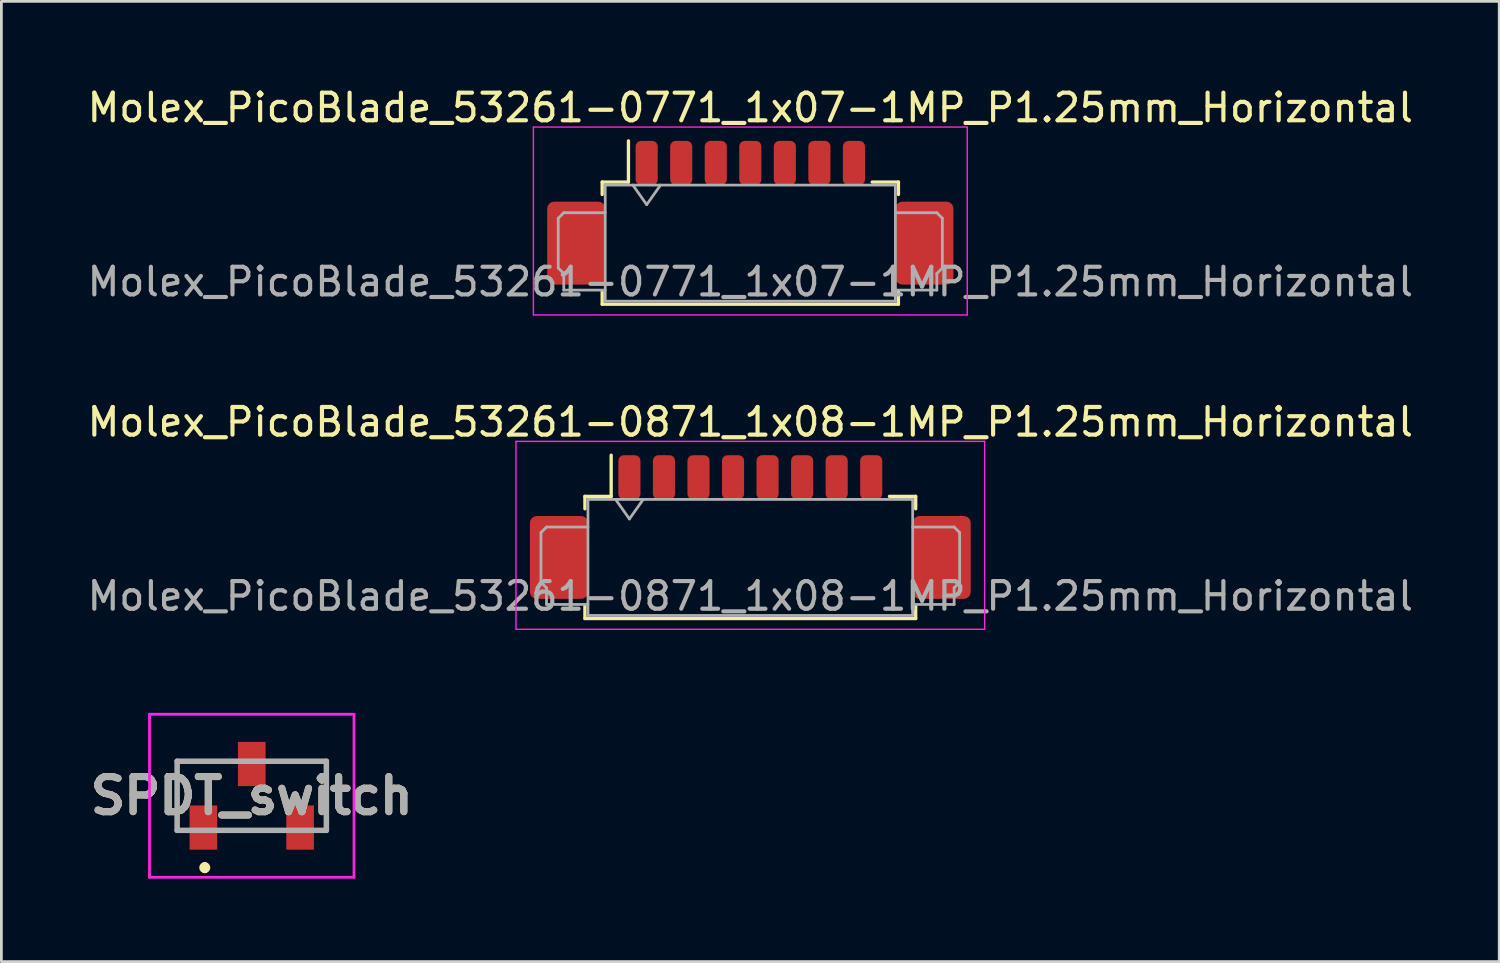
<source format=kicad_pcb>
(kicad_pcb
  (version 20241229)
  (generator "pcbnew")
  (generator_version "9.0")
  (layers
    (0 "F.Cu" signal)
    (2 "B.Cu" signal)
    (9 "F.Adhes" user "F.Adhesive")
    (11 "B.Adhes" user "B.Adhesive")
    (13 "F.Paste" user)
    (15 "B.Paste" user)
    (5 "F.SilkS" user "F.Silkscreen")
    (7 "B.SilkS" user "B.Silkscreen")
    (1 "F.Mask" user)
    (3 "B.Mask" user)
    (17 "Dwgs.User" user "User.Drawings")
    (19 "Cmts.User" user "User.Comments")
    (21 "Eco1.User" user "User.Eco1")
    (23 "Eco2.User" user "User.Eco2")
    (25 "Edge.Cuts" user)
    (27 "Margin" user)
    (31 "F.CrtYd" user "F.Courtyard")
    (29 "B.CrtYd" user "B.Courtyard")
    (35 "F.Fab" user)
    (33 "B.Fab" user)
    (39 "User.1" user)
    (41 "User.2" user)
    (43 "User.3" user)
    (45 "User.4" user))
  (footprint "Molex_PicoBlade_53261-0771_1x07-1MP_P1.25mm_Horizontal"
    (layer "F.Cu")
    (at 24.101 5.248)
    (property "Reference" "Molex_PicoBlade_53261-0771_1x07-1MP_P1.25mm_Horizontal" (at 0 -4.4 0) (layer "F.SilkS") (effects (font (size 1 1) (thickness 0.15))))
    (attr smd)
    (fp_line (start -5.36 -1.71) (end -4.41 -1.71) (stroke (width 0.12) (type solid)) (layer "F.SilkS"))
    (fp_line (start -5.36 -1.26) (end -5.36 -1.71) (stroke (width 0.12) (type solid)) (layer "F.SilkS"))
    (fp_line (start -5.36 2.26) (end -5.36 2.71) (stroke (width 0.12) (type solid)) (layer "F.SilkS"))
    (fp_line (start -5.36 2.71) (end 5.36 2.71) (stroke (width 0.12) (type solid)) (layer "F.SilkS"))
    (fp_line (start -4.41 -1.71) (end -4.41 -3.2) (stroke (width 0.12) (type solid)) (layer "F.SilkS"))
    (fp_line (start 5.36 -1.71) (end 4.41 -1.71) (stroke (width 0.12) (type solid)) (layer "F.SilkS"))
    (fp_line (start 5.36 -1.26) (end 5.36 -1.71) (stroke (width 0.12) (type solid)) (layer "F.SilkS"))
    (fp_line (start 5.36 2.71) (end 5.36 2.26) (stroke (width 0.12) (type solid)) (layer "F.SilkS"))
    (fp_line (start -7.85 -3.7) (end -7.85 3.1) (stroke (width 0.05) (type solid)) (layer "F.CrtYd"))
    (fp_line (start -7.85 3.1) (end 7.85 3.1) (stroke (width 0.05) (type solid)) (layer "F.CrtYd"))
    (fp_line (start 7.85 -3.7) (end -7.85 -3.7) (stroke (width 0.05) (type solid)) (layer "F.CrtYd"))
    (fp_line (start 7.85 3.1) (end 7.85 -3.7) (stroke (width 0.05) (type solid)) (layer "F.CrtYd"))
    (fp_line (start -6.95 -0.4) (end -6.95 1.4) (stroke (width 0.1) (type solid)) (layer "F.Fab"))
    (fp_line (start -6.95 1.4) (end -6.75 1.6) (stroke (width 0.1) (type solid)) (layer "F.Fab"))
    (fp_line (start -6.75 -0.6) (end -6.95 -0.4) (stroke (width 0.1) (type solid)) (layer "F.Fab"))
    (fp_line (start -6.75 1.6) (end -6.75 2.2) (stroke (width 0.1) (type solid)) (layer "F.Fab"))
    (fp_line (start -6.75 2.2) (end -5.25 2.2) (stroke (width 0.1) (type solid)) (layer "F.Fab"))
    (fp_line (start -5.25 -1.6) (end -5.25 2.6) (stroke (width 0.1) (type solid)) (layer "F.Fab"))
    (fp_line (start -5.25 -1.6) (end 5.25 -1.6) (stroke (width 0.1) (type solid)) (layer "F.Fab"))
    (fp_line (start -5.25 -0.6) (end -6.75 -0.6) (stroke (width 0.1) (type solid)) (layer "F.Fab"))
    (fp_line (start -5.25 2.6) (end 5.25 2.6) (stroke (width 0.1) (type solid)) (layer "F.Fab"))
    (fp_line (start -4.25 -1.6) (end -3.75 -0.893) (stroke (width 0.1) (type solid)) (layer "F.Fab"))
    (fp_line (start -3.75 -0.893) (end -3.25 -1.6) (stroke (width 0.1) (type solid)) (layer "F.Fab"))
    (fp_line (start 5.25 -1.6) (end 5.25 2.6) (stroke (width 0.1) (type solid)) (layer "F.Fab"))
    (fp_line (start 5.25 -0.6) (end 6.75 -0.6) (stroke (width 0.1) (type solid)) (layer "F.Fab"))
    (fp_line (start 6.75 -0.6) (end 6.95 -0.4) (stroke (width 0.1) (type solid)) (layer "F.Fab"))
    (fp_line (start 6.75 1.6) (end 6.75 2.2) (stroke (width 0.1) (type solid)) (layer "F.Fab"))
    (fp_line (start 6.75 2.2) (end 5.25 2.2) (stroke (width 0.1) (type solid)) (layer "F.Fab"))
    (fp_line (start 6.95 -0.4) (end 6.95 1.4) (stroke (width 0.1) (type solid)) (layer "F.Fab"))
    (fp_line (start 6.95 1.4) (end 6.75 1.6) (stroke (width 0.1) (type solid)) (layer "F.Fab"))
    (fp_text user "${REFERENCE}" (at 0 1.9 0) (layer "F.Fab") (effects (font (size 1 1) (thickness 0.15))))
    (pad "1" smd roundrect (at -3.75 -2.4) (size 0.8 1.6) (layers "F.Cu" "F.Mask" "F.Paste") (roundrect_rratio 0.25))
    (pad "2" smd roundrect (at -2.5 -2.4) (size 0.8 1.6) (layers "F.Cu" "F.Mask" "F.Paste") (roundrect_rratio 0.25))
    (pad "3" smd roundrect (at -1.25 -2.4) (size 0.8 1.6) (layers "F.Cu" "F.Mask" "F.Paste") (roundrect_rratio 0.25))
    (pad "4" smd roundrect (at 0 -2.4) (size 0.8 1.6) (layers "F.Cu" "F.Mask" "F.Paste") (roundrect_rratio 0.25))
    (pad "5" smd roundrect (at 1.25 -2.4) (size 0.8 1.6) (layers "F.Cu" "F.Mask" "F.Paste") (roundrect_rratio 0.25))
    (pad "6" smd roundrect (at 2.5 -2.4) (size 0.8 1.6) (layers "F.Cu" "F.Mask" "F.Paste") (roundrect_rratio 0.25))
    (pad "7" smd roundrect (at 3.75 -2.4) (size 0.8 1.6) (layers "F.Cu" "F.Mask" "F.Paste") (roundrect_rratio 0.25))
    (pad "MP" smd roundrect (at -6.3 0.5) (size 2.1 3) (layers "F.Cu" "F.Mask" "F.Paste") (roundrect_rratio 0.119))
    (pad "MP" smd roundrect (at 6.3 0.5) (size 2.1 3) (layers "F.Cu" "F.Mask" "F.Paste") (roundrect_rratio 0.119)))
  (footprint "SPDT_switch"
    (layer "F.Cu")
    (at 6.06 25.747)
    (property "Reference" "SPDT_switch" (at 0 0 0) (layer "F.SilkS") (effects (font (size 1.27 1.27) (thickness 0.254))))
    (attr smd)
    (fp_line (start -2.7 -1.25) (end -1 -1.25) (stroke (width 0.1) (type solid)) (layer "F.SilkS"))
    (fp_line (start -2.7 1.15) (end -2.7 -1.25) (stroke (width 0.1) (type solid)) (layer "F.SilkS"))
    (fp_line (start -2.7 1.15) (end -2.7 1.15) (stroke (width 0.1) (type solid)) (layer "F.SilkS"))
    (fp_line (start -1.7 2.5) (end -1.7 2.5) (stroke (width 0.2) (type solid)) (layer "F.SilkS"))
    (fp_line (start -1.7 2.7) (end -1.7 2.7) (stroke (width 0.2) (type solid)) (layer "F.SilkS"))
    (fp_line (start -0.5 1.25) (end 0.5 1.25) (stroke (width 0.1) (type solid)) (layer "F.SilkS"))
    (fp_line (start 1 -1.25) (end 2.7 -1.25) (stroke (width 0.1) (type solid)) (layer "F.SilkS"))
    (fp_line (start 2.7 -1.25) (end 2.7 1) (stroke (width 0.1) (type solid)) (layer "F.SilkS"))
    (fp_arc (start -1.7 2.5) (mid -1.6 2.6) (end -1.7 2.7) (stroke (width 0.2) (type solid)) (layer "F.SilkS"))
    (fp_arc (start -1.7 2.7) (mid -1.8 2.6) (end -1.7 2.5) (stroke (width 0.2) (type solid)) (layer "F.SilkS"))
    (fp_line (start -3.7 -2.95) (end 3.7 -2.95) (stroke (width 0.1) (type solid)) (layer "F.CrtYd"))
    (fp_line (start -3.7 2.95) (end -3.7 -2.95) (stroke (width 0.1) (type solid)) (layer "F.CrtYd"))
    (fp_line (start 3.7 -2.95) (end 3.7 2.95) (stroke (width 0.1) (type solid)) (layer "F.CrtYd"))
    (fp_line (start 3.7 2.95) (end -3.7 2.95) (stroke (width 0.1) (type solid)) (layer "F.CrtYd"))
    (fp_line (start -2.7 -1.25) (end 2.7 -1.25) (stroke (width 0.2) (type solid)) (layer "F.Fab"))
    (fp_line (start -2.7 1.25) (end -2.7 -1.25) (stroke (width 0.2) (type solid)) (layer "F.Fab"))
    (fp_line (start 2.7 -1.25) (end 2.7 1.25) (stroke (width 0.2) (type solid)) (layer "F.Fab"))
    (fp_line (start 2.7 1.25) (end -2.7 1.25) (stroke (width 0.2) (type solid)) (layer "F.Fab"))
    (fp_text user "${REFERENCE}" (at 0 0 0) (layer "F.Fab") (effects (font (size 1.27 1.27) (thickness 0.254))))
    (pad "1" smd rect (at -1.75 1.15) (size 1 1.6) (layers "F.Cu" "F.Mask" "F.Paste"))
    (pad "2" smd rect (at 0 -1.15) (size 1 1.6) (layers "F.Cu" "F.Mask" "F.Paste"))
    (pad "3" smd rect (at 1.75 1.15) (size 1 1.6) (layers "F.Cu" "F.Mask" "F.Paste")))
  (footprint "Molex_PicoBlade_53261-0871_1x08-1MP_P1.25mm_Horizontal"
    (layer "F.Cu")
    (at 24.101 16.622)
    (property "Reference" "Molex_PicoBlade_53261-0871_1x08-1MP_P1.25mm_Horizontal" (at 0 -4.4 0) (layer "F.SilkS") (effects (font (size 1 1) (thickness 0.15))))
    (attr smd)
    (fp_line (start -5.985 -1.71) (end -5.035 -1.71) (stroke (width 0.12) (type solid)) (layer "F.SilkS"))
    (fp_line (start -5.985 -1.26) (end -5.985 -1.71) (stroke (width 0.12) (type solid)) (layer "F.SilkS"))
    (fp_line (start -5.985 2.26) (end -5.985 2.71) (stroke (width 0.12) (type solid)) (layer "F.SilkS"))
    (fp_line (start -5.985 2.71) (end 5.985 2.71) (stroke (width 0.12) (type solid)) (layer "F.SilkS"))
    (fp_line (start -5.035 -1.71) (end -5.035 -3.2) (stroke (width 0.12) (type solid)) (layer "F.SilkS"))
    (fp_line (start 5.985 -1.71) (end 5.035 -1.71) (stroke (width 0.12) (type solid)) (layer "F.SilkS"))
    (fp_line (start 5.985 -1.26) (end 5.985 -1.71) (stroke (width 0.12) (type solid)) (layer "F.SilkS"))
    (fp_line (start 5.985 2.71) (end 5.985 2.26) (stroke (width 0.12) (type solid)) (layer "F.SilkS"))
    (fp_line (start -8.48 -3.7) (end -8.48 3.1) (stroke (width 0.05) (type solid)) (layer "F.CrtYd"))
    (fp_line (start -8.48 3.1) (end 8.48 3.1) (stroke (width 0.05) (type solid)) (layer "F.CrtYd"))
    (fp_line (start 8.48 -3.7) (end -8.48 -3.7) (stroke (width 0.05) (type solid)) (layer "F.CrtYd"))
    (fp_line (start 8.48 3.1) (end 8.48 -3.7) (stroke (width 0.05) (type solid)) (layer "F.CrtYd"))
    (fp_line (start -7.575 -0.4) (end -7.575 1.4) (stroke (width 0.1) (type solid)) (layer "F.Fab"))
    (fp_line (start -7.575 1.4) (end -7.375 1.6) (stroke (width 0.1) (type solid)) (layer "F.Fab"))
    (fp_line (start -7.375 -0.6) (end -7.575 -0.4) (stroke (width 0.1) (type solid)) (layer "F.Fab"))
    (fp_line (start -7.375 1.6) (end -7.375 2.2) (stroke (width 0.1) (type solid)) (layer "F.Fab"))
    (fp_line (start -7.375 2.2) (end -5.875 2.2) (stroke (width 0.1) (type solid)) (layer "F.Fab"))
    (fp_line (start -5.875 -1.6) (end -5.875 2.6) (stroke (width 0.1) (type solid)) (layer "F.Fab"))
    (fp_line (start -5.875 -1.6) (end 5.875 -1.6) (stroke (width 0.1) (type solid)) (layer "F.Fab"))
    (fp_line (start -5.875 -0.6) (end -7.375 -0.6) (stroke (width 0.1) (type solid)) (layer "F.Fab"))
    (fp_line (start -5.875 2.6) (end 5.875 2.6) (stroke (width 0.1) (type solid)) (layer "F.Fab"))
    (fp_line (start -4.875 -1.6) (end -4.375 -0.893) (stroke (width 0.1) (type solid)) (layer "F.Fab"))
    (fp_line (start -4.375 -0.893) (end -3.875 -1.6) (stroke (width 0.1) (type solid)) (layer "F.Fab"))
    (fp_line (start 5.875 -1.6) (end 5.875 2.6) (stroke (width 0.1) (type solid)) (layer "F.Fab"))
    (fp_line (start 5.875 -0.6) (end 7.375 -0.6) (stroke (width 0.1) (type solid)) (layer "F.Fab"))
    (fp_line (start 7.375 -0.6) (end 7.575 -0.4) (stroke (width 0.1) (type solid)) (layer "F.Fab"))
    (fp_line (start 7.375 1.6) (end 7.375 2.2) (stroke (width 0.1) (type solid)) (layer "F.Fab"))
    (fp_line (start 7.375 2.2) (end 5.875 2.2) (stroke (width 0.1) (type solid)) (layer "F.Fab"))
    (fp_line (start 7.575 -0.4) (end 7.575 1.4) (stroke (width 0.1) (type solid)) (layer "F.Fab"))
    (fp_line (start 7.575 1.4) (end 7.375 1.6) (stroke (width 0.1) (type solid)) (layer "F.Fab"))
    (fp_text user "${REFERENCE}" (at 0 1.9 0) (layer "F.Fab") (effects (font (size 1 1) (thickness 0.15))))
    (pad "1" smd roundrect (at -4.375 -2.4) (size 0.8 1.6) (layers "F.Cu" "F.Mask" "F.Paste") (roundrect_rratio 0.25))
    (pad "2" smd roundrect (at -3.125 -2.4) (size 0.8 1.6) (layers "F.Cu" "F.Mask" "F.Paste") (roundrect_rratio 0.25))
    (pad "3" smd roundrect (at -1.875 -2.4) (size 0.8 1.6) (layers "F.Cu" "F.Mask" "F.Paste") (roundrect_rratio 0.25))
    (pad "4" smd roundrect (at -0.625 -2.4) (size 0.8 1.6) (layers "F.Cu" "F.Mask" "F.Paste") (roundrect_rratio 0.25))
    (pad "5" smd roundrect (at 0.625 -2.4) (size 0.8 1.6) (layers "F.Cu" "F.Mask" "F.Paste") (roundrect_rratio 0.25))
    (pad "6" smd roundrect (at 1.875 -2.4) (size 0.8 1.6) (layers "F.Cu" "F.Mask" "F.Paste") (roundrect_rratio 0.25))
    (pad "7" smd roundrect (at 3.125 -2.4) (size 0.8 1.6) (layers "F.Cu" "F.Mask" "F.Paste") (roundrect_rratio 0.25))
    (pad "8" smd roundrect (at 4.375 -2.4) (size 0.8 1.6) (layers "F.Cu" "F.Mask" "F.Paste") (roundrect_rratio 0.25))
    (pad "MP" smd roundrect (at -6.925 0.5) (size 2.1 3) (layers "F.Cu" "F.Mask" "F.Paste") (roundrect_rratio 0.119))
    (pad "MP" smd roundrect (at 6.925 0.5) (size 2.1 3) (layers "F.Cu" "F.Mask" "F.Paste") (roundrect_rratio 0.119)))
  (gr_rect
    (start -3 -3)
    (end 51.202 31.747)
    (stroke (width 0.1) (type default))
    (fill no)
    (layer "Edge.Cuts")))
</source>
